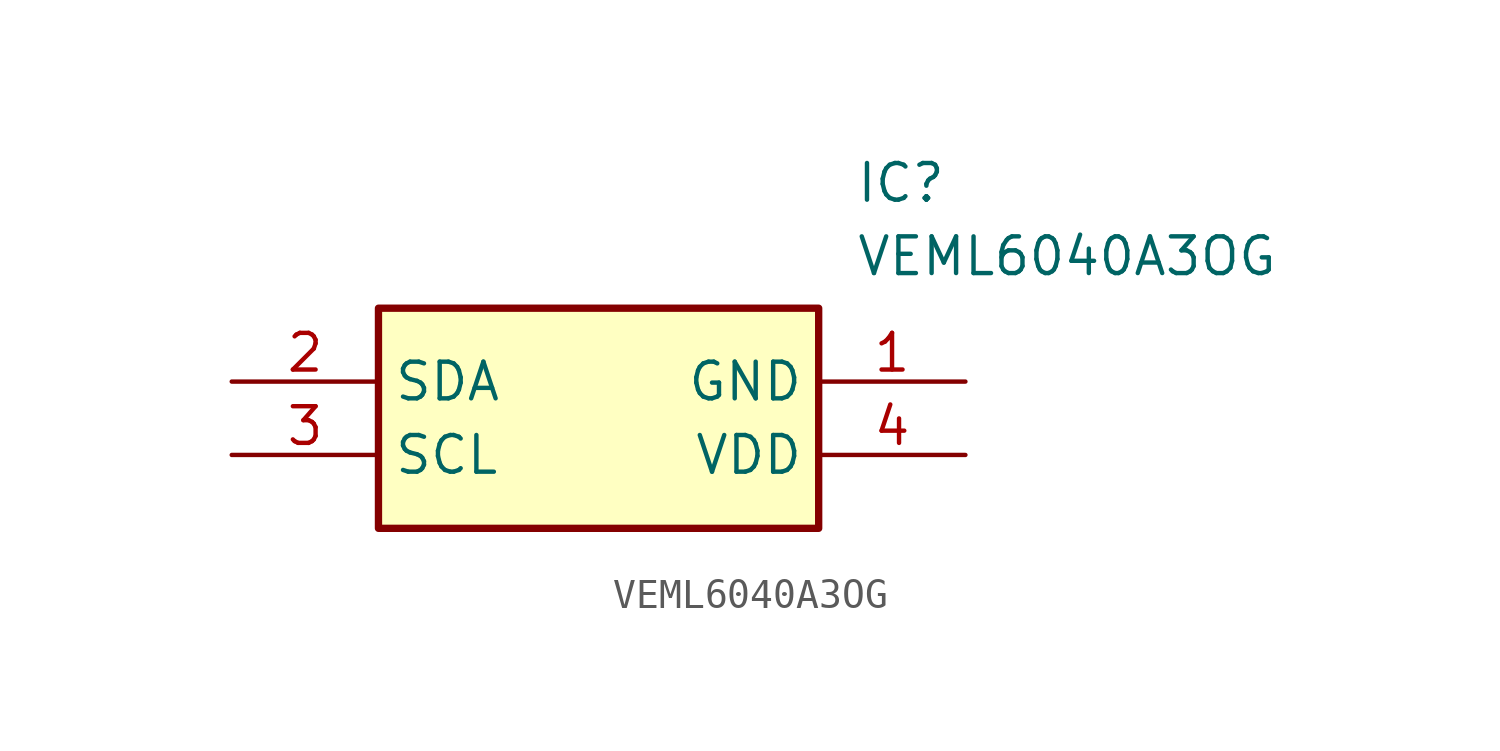
<source format=kicad_sym>
(kicad_symbol_lib
  (version 20211014)
  (generator SamacSys_ECAD_Model)
  (symbol "VEML6040A3OG"
    (property "Reference" "IC"
      (at 21.59 7.62 0)
      (effects (font (size 1.27 1.27)) (justify left top)))
    (property "Value" "VEML6040A3OG"
      (at 21.59 5.08 0)
      (effects (font (size 1.27 1.27)) (justify left top)))
    (rectangle
      (start 5.08 2.54)
      (end 20.32 -5.08)
      (stroke (width 0.254) (type default))
      (fill (type background)))
    (pin passive line
      (at 25.4 0 180)
      (length 5.08)
      (name "GND" (effects (font (size 1.27 1.27))))
      (number "1" (effects (font (size 1.27 1.27)))))
    (pin passive line
      (at 0 0 0)
      (length 5.08)
      (name "SDA" (effects (font (size 1.27 1.27))))
      (number "2" (effects (font (size 1.27 1.27)))))
    (pin passive line
      (at 0 -2.54 0)
      (length 5.08)
      (name "SCL" (effects (font (size 1.27 1.27))))
      (number "3" (effects (font (size 1.27 1.27)))))
    (pin passive line
      (at 25.4 -2.54 180)
      (length 5.08)
      (name "VDD" (effects (font (size 1.27 1.27))))
      (number "4" (effects (font (size 1.27 1.27)))))))
</source>
